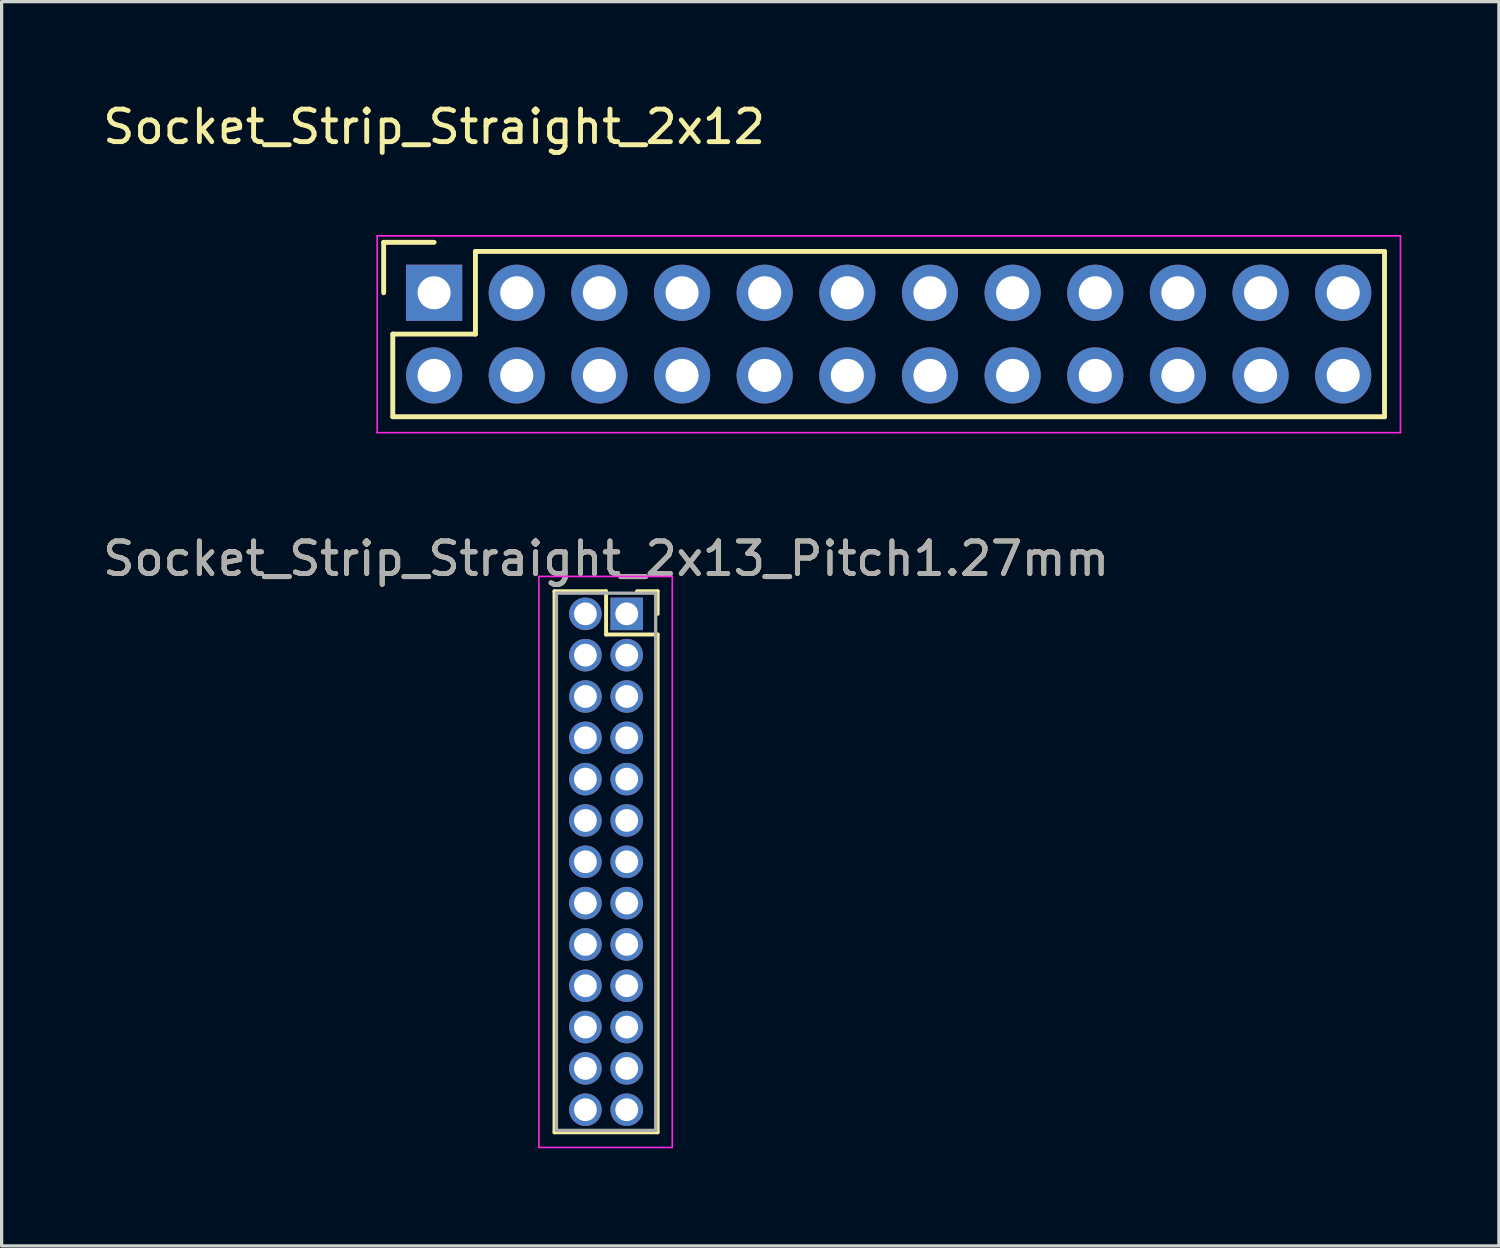
<source format=kicad_pcb>
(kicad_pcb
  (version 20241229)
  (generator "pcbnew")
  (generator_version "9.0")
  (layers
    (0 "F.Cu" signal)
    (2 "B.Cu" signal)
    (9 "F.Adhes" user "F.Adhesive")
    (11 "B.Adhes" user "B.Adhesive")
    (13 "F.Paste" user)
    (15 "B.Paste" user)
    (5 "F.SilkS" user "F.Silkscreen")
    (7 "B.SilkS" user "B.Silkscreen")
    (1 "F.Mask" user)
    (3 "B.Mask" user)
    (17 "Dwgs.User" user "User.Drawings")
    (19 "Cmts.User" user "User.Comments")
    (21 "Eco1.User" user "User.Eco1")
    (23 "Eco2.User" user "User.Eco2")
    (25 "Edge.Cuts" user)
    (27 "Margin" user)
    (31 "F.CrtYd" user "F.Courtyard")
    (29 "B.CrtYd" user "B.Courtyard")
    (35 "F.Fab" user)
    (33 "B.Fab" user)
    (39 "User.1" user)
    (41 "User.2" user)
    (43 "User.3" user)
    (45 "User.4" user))
  (footprint "Socket_Strip_Straight_2x13_Pitch1.27mm"
    (layer "F.Cu")
    (at 16.212 15.816)
    (property "Reference" "Socket_Strip_Straight_2x13_Pitch1.27mm" (at -0.635 -1.695 0) (layer "F.SilkS") (effects (font (size 1 1) (thickness 0.15))))
    (attr through_hole)
    (fp_line (start -2.22 -0.695) (end -0.635 -0.695) (stroke (width 0.12) (type solid)) (layer "F.SilkS"))
    (fp_line (start -2.22 15.935) (end -2.22 -0.695) (stroke (width 0.12) (type solid)) (layer "F.SilkS"))
    (fp_line (start -0.635 -0.695) (end -0.635 0.635) (stroke (width 0.12) (type solid)) (layer "F.SilkS"))
    (fp_line (start -0.635 0.635) (end 0.95 0.635) (stroke (width 0.12) (type solid)) (layer "F.SilkS"))
    (fp_line (start 0.95 -0.695) (end 0.315 -0.695) (stroke (width 0.12) (type solid)) (layer "F.SilkS"))
    (fp_line (start 0.95 0) (end 0.95 -0.695) (stroke (width 0.12) (type solid)) (layer "F.SilkS"))
    (fp_line (start 0.95 0.635) (end 0.95 15.935) (stroke (width 0.12) (type solid)) (layer "F.SilkS"))
    (fp_line (start 0.95 15.935) (end -2.22 15.935) (stroke (width 0.12) (type solid)) (layer "F.SilkS"))
    (fp_line (start -2.7 -1.15) (end -2.7 16.4) (stroke (width 0.05) (type solid)) (layer "F.CrtYd"))
    (fp_line (start -2.7 16.4) (end 1.4 16.4) (stroke (width 0.05) (type solid)) (layer "F.CrtYd"))
    (fp_line (start 1.4 -1.15) (end -2.7 -1.15) (stroke (width 0.05) (type solid)) (layer "F.CrtYd"))
    (fp_line (start 1.4 16.4) (end 1.4 -1.15) (stroke (width 0.05) (type solid)) (layer "F.CrtYd"))
    (fp_line (start -2.16 -0.635) (end -2.16 15.875) (stroke (width 0.1) (type solid)) (layer "F.Fab"))
    (fp_line (start -2.16 15.875) (end 0.89 15.875) (stroke (width 0.1) (type solid)) (layer "F.Fab"))
    (fp_line (start 0.89 -0.635) (end -2.16 -0.635) (stroke (width 0.1) (type solid)) (layer "F.Fab"))
    (fp_line (start 0.89 15.875) (end 0.89 -0.635) (stroke (width 0.1) (type solid)) (layer "F.Fab"))
    (fp_text user "${REFERENCE}" (at -0.635 -1.695 0) (layer "F.Fab") (effects (font (size 1 1) (thickness 0.15))))
    (pad "1" thru_hole rect (at 0 0) (size 1 1) (drill 0.7) (layers "*.Cu" "*.Mask"))
    (pad "2" thru_hole oval (at -1.27 0) (size 1 1) (drill 0.7) (layers "*.Cu" "*.Mask"))
    (pad "3" thru_hole oval (at 0 1.27) (size 1 1) (drill 0.7) (layers "*.Cu" "*.Mask"))
    (pad "4" thru_hole oval (at -1.27 1.27) (size 1 1) (drill 0.7) (layers "*.Cu" "*.Mask"))
    (pad "5" thru_hole oval (at 0 2.54) (size 1 1) (drill 0.7) (layers "*.Cu" "*.Mask"))
    (pad "6" thru_hole oval (at -1.27 2.54) (size 1 1) (drill 0.7) (layers "*.Cu" "*.Mask"))
    (pad "7" thru_hole oval (at 0 3.81) (size 1 1) (drill 0.7) (layers "*.Cu" "*.Mask"))
    (pad "8" thru_hole oval (at -1.27 3.81) (size 1 1) (drill 0.7) (layers "*.Cu" "*.Mask"))
    (pad "9" thru_hole oval (at 0 5.08) (size 1 1) (drill 0.7) (layers "*.Cu" "*.Mask"))
    (pad "10" thru_hole oval (at -1.27 5.08) (size 1 1) (drill 0.7) (layers "*.Cu" "*.Mask"))
    (pad "11" thru_hole oval (at 0 6.35) (size 1 1) (drill 0.7) (layers "*.Cu" "*.Mask"))
    (pad "12" thru_hole oval (at -1.27 6.35) (size 1 1) (drill 0.7) (layers "*.Cu" "*.Mask"))
    (pad "13" thru_hole oval (at 0 7.62) (size 1 1) (drill 0.7) (layers "*.Cu" "*.Mask"))
    (pad "14" thru_hole oval (at -1.27 7.62) (size 1 1) (drill 0.7) (layers "*.Cu" "*.Mask"))
    (pad "15" thru_hole oval (at 0 8.89) (size 1 1) (drill 0.7) (layers "*.Cu" "*.Mask"))
    (pad "16" thru_hole oval (at -1.27 8.89) (size 1 1) (drill 0.7) (layers "*.Cu" "*.Mask"))
    (pad "17" thru_hole oval (at 0 10.16) (size 1 1) (drill 0.7) (layers "*.Cu" "*.Mask"))
    (pad "18" thru_hole oval (at -1.27 10.16) (size 1 1) (drill 0.7) (layers "*.Cu" "*.Mask"))
    (pad "19" thru_hole oval (at 0 11.43) (size 1 1) (drill 0.7) (layers "*.Cu" "*.Mask"))
    (pad "20" thru_hole oval (at -1.27 11.43) (size 1 1) (drill 0.7) (layers "*.Cu" "*.Mask"))
    (pad "21" thru_hole oval (at 0 12.7) (size 1 1) (drill 0.7) (layers "*.Cu" "*.Mask"))
    (pad "22" thru_hole oval (at -1.27 12.7) (size 1 1) (drill 0.7) (layers "*.Cu" "*.Mask"))
    (pad "23" thru_hole oval (at 0 13.97) (size 1 1) (drill 0.7) (layers "*.Cu" "*.Mask"))
    (pad "24" thru_hole oval (at -1.27 13.97) (size 1 1) (drill 0.7) (layers "*.Cu" "*.Mask"))
    (pad "25" thru_hole oval (at 0 15.24) (size 1 1) (drill 0.7) (layers "*.Cu" "*.Mask"))
    (pad "26" thru_hole oval (at -1.27 15.24) (size 1 1) (drill 0.7) (layers "*.Cu" "*.Mask")))
  (footprint "Socket_Strip_Straight_2x12"
    (layer "F.Cu")
    (at 10.292 5.948)
    (property "Reference" "Socket_Strip_Straight_2x12" (at 0 -5.1 0) (layer "F.SilkS") (effects (font (size 1 1) (thickness 0.15))))
    (attr through_hole)
    (fp_line (start -1.55 -1.55) (end -1.55 0) (stroke (width 0.15) (type solid)) (layer "F.SilkS"))
    (fp_line (start -1.27 1.27) (end 1.27 1.27) (stroke (width 0.15) (type solid)) (layer "F.SilkS"))
    (fp_line (start -1.27 3.81) (end -1.27 1.27) (stroke (width 0.15) (type solid)) (layer "F.SilkS"))
    (fp_line (start 0 -1.55) (end -1.55 -1.55) (stroke (width 0.15) (type solid)) (layer "F.SilkS"))
    (fp_line (start 1.27 -1.27) (end 29.21 -1.27) (stroke (width 0.15) (type solid)) (layer "F.SilkS"))
    (fp_line (start 1.27 1.27) (end 1.27 -1.27) (stroke (width 0.15) (type solid)) (layer "F.SilkS"))
    (fp_line (start 29.21 3.81) (end -1.27 3.81) (stroke (width 0.15) (type solid)) (layer "F.SilkS"))
    (fp_line (start 29.21 3.81) (end 29.21 -1.27) (stroke (width 0.15) (type solid)) (layer "F.SilkS"))
    (fp_line (start -1.75 -1.75) (end -1.75 4.3) (stroke (width 0.05) (type solid)) (layer "F.CrtYd"))
    (fp_line (start -1.75 -1.75) (end 29.7 -1.75) (stroke (width 0.05) (type solid)) (layer "F.CrtYd"))
    (fp_line (start -1.75 4.3) (end 29.7 4.3) (stroke (width 0.05) (type solid)) (layer "F.CrtYd"))
    (fp_line (start 29.7 -1.75) (end 29.7 4.3) (stroke (width 0.05) (type solid)) (layer "F.CrtYd"))
    (pad "1" thru_hole rect (at 0 0) (size 1.727 1.727) (drill 1.016) (layers "*.Cu" "*.Mask"))
    (pad "2" thru_hole oval (at 0 2.54) (size 1.727 1.727) (drill 1.016) (layers "*.Cu" "*.Mask"))
    (pad "3" thru_hole oval (at 2.54 0) (size 1.727 1.727) (drill 1.016) (layers "*.Cu" "*.Mask"))
    (pad "4" thru_hole oval (at 2.54 2.54) (size 1.727 1.727) (drill 1.016) (layers "*.Cu" "*.Mask"))
    (pad "5" thru_hole oval (at 5.08 0) (size 1.727 1.727) (drill 1.016) (layers "*.Cu" "*.Mask"))
    (pad "6" thru_hole oval (at 5.08 2.54) (size 1.727 1.727) (drill 1.016) (layers "*.Cu" "*.Mask"))
    (pad "7" thru_hole oval (at 7.62 0) (size 1.727 1.727) (drill 1.016) (layers "*.Cu" "*.Mask"))
    (pad "8" thru_hole oval (at 7.62 2.54) (size 1.727 1.727) (drill 1.016) (layers "*.Cu" "*.Mask"))
    (pad "9" thru_hole oval (at 10.16 0) (size 1.727 1.727) (drill 1.016) (layers "*.Cu" "*.Mask"))
    (pad "10" thru_hole oval (at 10.16 2.54) (size 1.727 1.727) (drill 1.016) (layers "*.Cu" "*.Mask"))
    (pad "11" thru_hole oval (at 12.7 0) (size 1.727 1.727) (drill 1.016) (layers "*.Cu" "*.Mask"))
    (pad "12" thru_hole oval (at 12.7 2.54) (size 1.727 1.727) (drill 1.016) (layers "*.Cu" "*.Mask"))
    (pad "13" thru_hole oval (at 15.24 0) (size 1.727 1.727) (drill 1.016) (layers "*.Cu" "*.Mask"))
    (pad "14" thru_hole oval (at 15.24 2.54) (size 1.727 1.727) (drill 1.016) (layers "*.Cu" "*.Mask"))
    (pad "15" thru_hole oval (at 17.78 0) (size 1.727 1.727) (drill 1.016) (layers "*.Cu" "*.Mask"))
    (pad "16" thru_hole oval (at 17.78 2.54) (size 1.727 1.727) (drill 1.016) (layers "*.Cu" "*.Mask"))
    (pad "17" thru_hole oval (at 20.32 0) (size 1.727 1.727) (drill 1.016) (layers "*.Cu" "*.Mask"))
    (pad "18" thru_hole oval (at 20.32 2.54) (size 1.727 1.727) (drill 1.016) (layers "*.Cu" "*.Mask"))
    (pad "19" thru_hole oval (at 22.86 0) (size 1.727 1.727) (drill 1.016) (layers "*.Cu" "*.Mask"))
    (pad "20" thru_hole oval (at 22.86 2.54) (size 1.727 1.727) (drill 1.016) (layers "*.Cu" "*.Mask"))
    (pad "21" thru_hole oval (at 25.4 0) (size 1.727 1.727) (drill 1.016) (layers "*.Cu" "*.Mask"))
    (pad "22" thru_hole oval (at 25.4 2.54) (size 1.727 1.727) (drill 1.016) (layers "*.Cu" "*.Mask"))
    (pad "23" thru_hole oval (at 27.94 0) (size 1.727 1.727) (drill 1.016) (layers "*.Cu" "*.Mask"))
    (pad "24" thru_hole oval (at 27.94 2.54) (size 1.727 1.727) (drill 1.016) (layers "*.Cu" "*.Mask")))
  (gr_rect
    (start -3 -3)
    (end 43.017 35.242)
    (stroke (width 0.1) (type default))
    (fill no)
    (layer "Edge.Cuts")))
</source>
